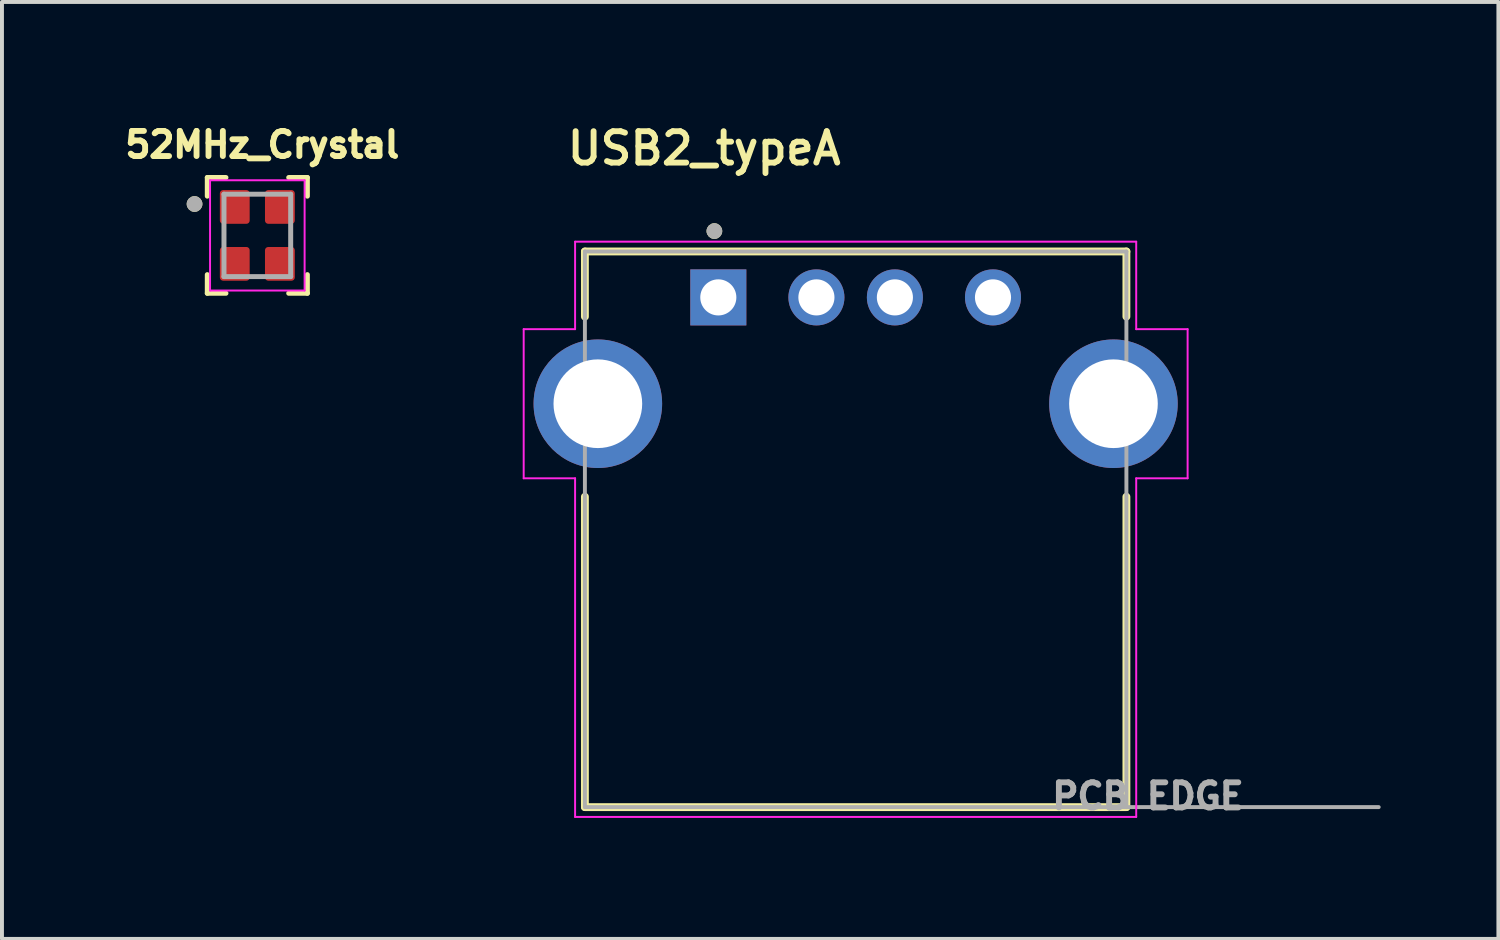
<source format=kicad_pcb>
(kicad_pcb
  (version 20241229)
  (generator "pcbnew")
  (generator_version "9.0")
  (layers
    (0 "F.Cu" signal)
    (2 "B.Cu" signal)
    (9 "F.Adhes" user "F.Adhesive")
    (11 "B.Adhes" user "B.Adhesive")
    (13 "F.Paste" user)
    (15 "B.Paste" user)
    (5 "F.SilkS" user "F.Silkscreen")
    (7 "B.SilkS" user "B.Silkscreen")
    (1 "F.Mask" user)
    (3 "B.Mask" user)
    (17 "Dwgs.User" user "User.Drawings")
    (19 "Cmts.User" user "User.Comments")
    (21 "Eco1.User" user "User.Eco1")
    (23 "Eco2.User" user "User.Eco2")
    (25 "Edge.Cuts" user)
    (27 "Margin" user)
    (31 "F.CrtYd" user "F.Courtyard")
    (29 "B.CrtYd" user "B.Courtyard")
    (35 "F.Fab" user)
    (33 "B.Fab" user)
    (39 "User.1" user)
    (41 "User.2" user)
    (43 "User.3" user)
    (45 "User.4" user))
  (footprint "USB2_typeA"
    (layer "F.Cu")
    (at 18.756 7.239)
    (property "Reference" "USB2_typeA" (at -3.86 -6.508 0) (layer "F.SilkS") (effects (font (size 0.8 0.8) (thickness 0.15))))
    (attr through_hole)
    (fp_line (start -6.9 -3.88) (end -6.9 -2.22) (stroke (width 0.2) (type solid)) (layer "F.SilkS"))
    (fp_line (start -6.9 2.37) (end -6.9 10.28) (stroke (width 0.2) (type solid)) (layer "F.SilkS"))
    (fp_line (start -6.9 10.28) (end 6.9 10.28) (stroke (width 0.2) (type solid)) (layer "F.SilkS"))
    (fp_line (start 6.9 -3.88) (end -6.9 -3.88) (stroke (width 0.2) (type solid)) (layer "F.SilkS"))
    (fp_line (start 6.9 -3.88) (end 6.9 -2.22) (stroke (width 0.2) (type solid)) (layer "F.SilkS"))
    (fp_line (start 6.9 2.37) (end 6.9 10.28) (stroke (width 0.2) (type solid)) (layer "F.SilkS"))
    (fp_circle (center -3.6 -4.4) (end -3.5 -4.4) (stroke (width 0.2) (type solid)) (fill no) (layer "F.SilkS"))
    (fp_line (start -8.46 -1.9) (end -7.15 -1.9) (stroke (width 0.05) (type solid)) (layer "F.CrtYd"))
    (fp_line (start -8.46 1.9) (end -8.46 -1.9) (stroke (width 0.05) (type solid)) (layer "F.CrtYd"))
    (fp_line (start -7.15 -4.13) (end 7.15 -4.13) (stroke (width 0.05) (type solid)) (layer "F.CrtYd"))
    (fp_line (start -7.15 -1.9) (end -7.15 -4.13) (stroke (width 0.05) (type solid)) (layer "F.CrtYd"))
    (fp_line (start -7.15 1.9) (end -8.46 1.9) (stroke (width 0.05) (type solid)) (layer "F.CrtYd"))
    (fp_line (start -7.15 10.53) (end -7.15 1.9) (stroke (width 0.05) (type solid)) (layer "F.CrtYd"))
    (fp_line (start 7.15 -4.13) (end 7.15 -1.9) (stroke (width 0.05) (type solid)) (layer "F.CrtYd"))
    (fp_line (start 7.15 -1.9) (end 8.46 -1.9) (stroke (width 0.05) (type solid)) (layer "F.CrtYd"))
    (fp_line (start 7.15 1.9) (end 7.15 10.53) (stroke (width 0.05) (type solid)) (layer "F.CrtYd"))
    (fp_line (start 7.15 10.53) (end -7.15 10.53) (stroke (width 0.05) (type solid)) (layer "F.CrtYd"))
    (fp_line (start 8.46 -1.9) (end 8.46 1.9) (stroke (width 0.05) (type solid)) (layer "F.CrtYd"))
    (fp_line (start 8.46 1.9) (end 7.15 1.9) (stroke (width 0.05) (type solid)) (layer "F.CrtYd"))
    (fp_line (start -6.9 -3.88) (end -6.9 10.28) (stroke (width 0.1) (type solid)) (layer "F.Fab"))
    (fp_line (start -6.9 10.28) (end 6.9 10.28) (stroke (width 0.1) (type solid)) (layer "F.Fab"))
    (fp_line (start 6.9 -3.88) (end -6.9 -3.88) (stroke (width 0.1) (type solid)) (layer "F.Fab"))
    (fp_line (start 6.9 10.28) (end 6.9 -3.88) (stroke (width 0.1) (type solid)) (layer "F.Fab"))
    (fp_line (start 6.9 10.28) (end 13.33 10.28) (stroke (width 0.1) (type solid)) (layer "F.Fab"))
    (fp_circle (center -3.6 -4.4) (end -3.5 -4.4) (stroke (width 0.2) (type solid)) (fill no) (layer "F.Fab"))
    (fp_text user "PCB EDGE" (at 7.45 10 0) (layer "F.Fab") (effects (font (size 0.64 0.64) (thickness 0.15))))
    (pad "1" thru_hole rect (at -3.5 -2.71) (size 1.428 1.428) (drill 0.92) (layers "*.Cu" "*.Mask"))
    (pad "2" thru_hole circle (at -1 -2.71) (size 1.428 1.428) (drill 0.92) (layers "*.Cu" "*.Mask"))
    (pad "3" thru_hole circle (at 1 -2.71) (size 1.428 1.428) (drill 0.92) (layers "*.Cu" "*.Mask"))
    (pad "4" thru_hole circle (at 3.5 -2.71) (size 1.428 1.428) (drill 0.92) (layers "*.Cu" "*.Mask"))
    (pad "S1" thru_hole circle (at -6.57 0) (size 3.276 3.276) (drill 2.26) (layers "*.Cu" "*.Mask"))
    (pad "S2" thru_hole circle (at 6.57 0) (size 3.276 3.276) (drill 2.26) (layers "*.Cu" "*.Mask")))
  (footprint "52MHz_Crystal"
    (layer "F.Cu")
    (at 3.508 2.949)
    (property "Reference" "52MHz_Crystal" (at 0.127 -2.311 0) (layer "F.SilkS") (effects (font (size 0.64 0.64) (thickness 0.15))))
    (attr smd)
    (fp_line (start -1.275 -1.475) (end -0.8 -1.475) (stroke (width 0.127) (type solid)) (layer "F.SilkS"))
    (fp_line (start -1.275 -1) (end -1.275 -1.475) (stroke (width 0.127) (type solid)) (layer "F.SilkS"))
    (fp_line (start -1.275 1) (end -1.275 1.475) (stroke (width 0.127) (type solid)) (layer "F.SilkS"))
    (fp_line (start -1.275 1.475) (end -0.8 1.475) (stroke (width 0.127) (type solid)) (layer "F.SilkS"))
    (fp_line (start 1.275 -1.475) (end 0.8 -1.475) (stroke (width 0.127) (type solid)) (layer "F.SilkS"))
    (fp_line (start 1.275 -1) (end 1.275 -1.475) (stroke (width 0.127) (type solid)) (layer "F.SilkS"))
    (fp_line (start 1.275 1) (end 1.275 1.475) (stroke (width 0.127) (type solid)) (layer "F.SilkS"))
    (fp_line (start 1.275 1.475) (end 0.8 1.475) (stroke (width 0.127) (type solid)) (layer "F.SilkS"))
    (fp_circle (center -1.6 -0.8) (end -1.5 -0.8) (stroke (width 0.2) (type solid)) (fill no) (layer "F.SilkS"))
    (fp_line (start -1.205 -1.405) (end -1.205 1.405) (stroke (width 0.05) (type solid)) (layer "F.CrtYd"))
    (fp_line (start -1.205 1.405) (end 1.205 1.405) (stroke (width 0.05) (type solid)) (layer "F.CrtYd"))
    (fp_line (start 1.205 -1.405) (end -1.205 -1.405) (stroke (width 0.05) (type solid)) (layer "F.CrtYd"))
    (fp_line (start 1.205 1.405) (end 1.205 -1.405) (stroke (width 0.05) (type solid)) (layer "F.CrtYd"))
    (fp_line (start -0.85 -1.05) (end 0.85 -1.05) (stroke (width 0.127) (type solid)) (layer "F.Fab"))
    (fp_line (start -0.85 1.05) (end -0.85 -1.05) (stroke (width 0.127) (type solid)) (layer "F.Fab"))
    (fp_line (start 0.85 -1.05) (end 0.85 1.05) (stroke (width 0.127) (type solid)) (layer "F.Fab"))
    (fp_line (start 0.85 1.05) (end -0.85 1.05) (stroke (width 0.127) (type solid)) (layer "F.Fab"))
    (fp_circle (center -1.6 -0.8) (end -1.5 -0.8) (stroke (width 0.2) (type solid)) (fill no) (layer "F.Fab"))
    (pad "1" smd roundrect (at -0.575 -0.725) (size 0.76 0.86) (layers "F.Cu" "F.Mask" "F.Paste") (roundrect_rratio 0.11))
    (pad "2" smd roundrect (at -0.575 0.725) (size 0.76 0.86) (layers "F.Cu" "F.Mask" "F.Paste") (roundrect_rratio 0.11))
    (pad "3" smd roundrect (at 0.575 0.725) (size 0.76 0.86) (layers "F.Cu" "F.Mask" "F.Paste") (roundrect_rratio 0.11))
    (pad "4" smd roundrect (at 0.575 -0.725) (size 0.76 0.86) (layers "F.Cu" "F.Mask" "F.Paste") (roundrect_rratio 0.11)))
  (gr_rect
    (start -3 -3)
    (end 35.136 20.877)
    (stroke (width 0.1) (type default))
    (fill no)
    (layer "Edge.Cuts")))
</source>
